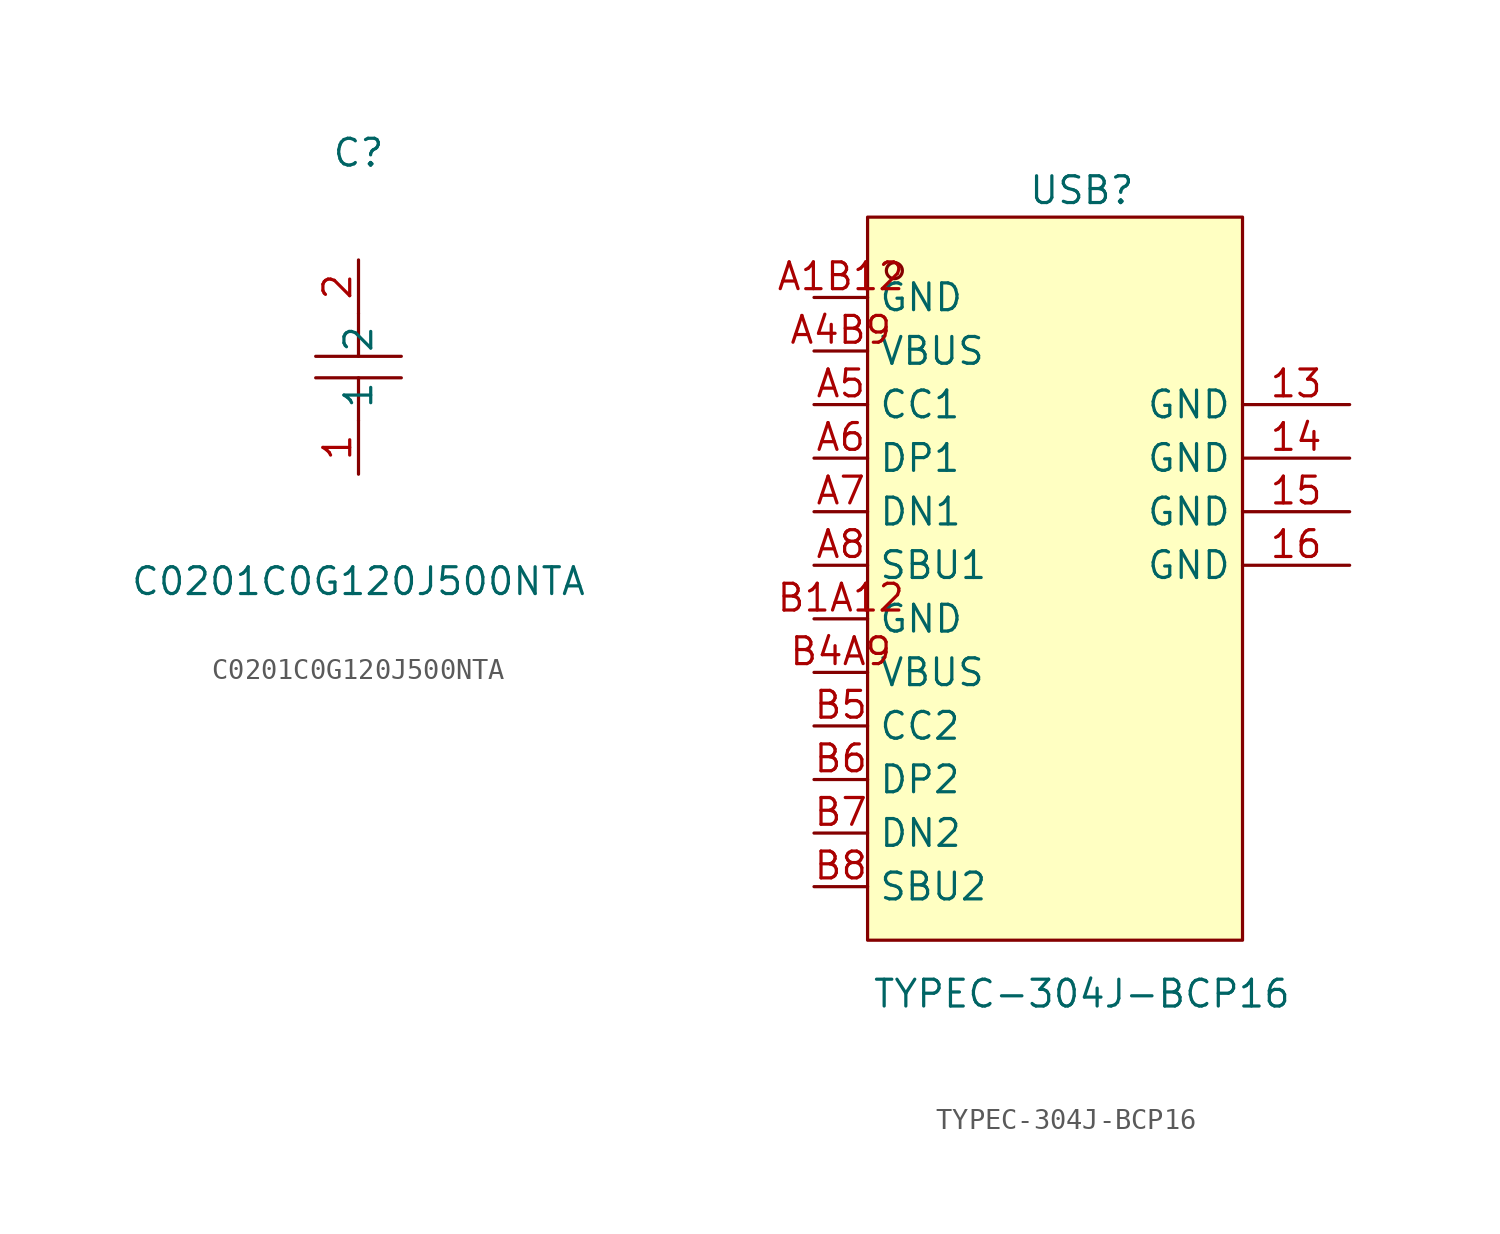
<source format=kicad_sym>
(kicad_symbol_lib
  (version 20220914)
  (generator kicad_symbol_editor)
  (symbol "C0201C0G120J500NTA"
    (property "Reference" "C"
      (at 0 10.16 0)
      (effects (font (size 1.27 1.27))))
    (property "Value" "C0201C0G120J500NTA"
      (at 0 -10.16 0)
      (effects (font (size 1.27 1.27))))
    (symbol "C0201C0G120J500NTA_0_1"
      (polyline (pts (xy -2.03 0.51) (xy 2.03 0.51)) (stroke (width 0) (type default)) (fill (type none)))
      (polyline (pts (xy 0 -0.51) (xy 0 -2.54)) (stroke (width 0) (type default)) (fill (type none)))
      (polyline (pts (xy 0 2.54) (xy 0 0.51)) (stroke (width 0) (type default)) (fill (type none)))
      (polyline (pts (xy 2.03 -0.51) (xy -2.03 -0.51)) (stroke (width 0) (type default)) (fill (type none)))
      (pin unspecified line (at 0 -5.08 90) (length 2.54) (name "1" (effects (font (size 1.27 1.27)))) (number "1" (effects (font (size 1.27 1.27)))))
      (pin unspecified line (at 0 5.08 270) (length 2.54) (name "2" (effects (font (size 1.27 1.27)))) (number "2" (effects (font (size 1.27 1.27)))))))
  (symbol "TYPEC-304J-BCP16"
    (property "Reference" "USB"
      (at 0 17.78 0)
      (effects (font (size 1.27 1.27))))
    (property "Value" "TYPEC-304J-BCP16"
      (at 0 -20.32 0)
      (effects (font (size 1.27 1.27))))
    (symbol "TYPEC-304J-BCP16_0_1"
      (rectangle (start -10.16 16.51) (end 7.62 -17.78) (stroke (width 0) (type default)) (fill (type background)))
      (circle (center -8.89 13.97) (radius 0.38) (stroke (width 0) (type default)) (fill (type none)))
      (pin unspecified line (at 12.7 7.62 180) (length 5.08) (name "GND" (effects (font (size 1.27 1.27)))) (number "13" (effects (font (size 1.27 1.27)))))
      (pin unspecified line (at 12.7 5.08 180) (length 5.08) (name "GND" (effects (font (size 1.27 1.27)))) (number "14" (effects (font (size 1.27 1.27)))))
      (pin unspecified line (at 12.7 2.54 180) (length 5.08) (name "GND" (effects (font (size 1.27 1.27)))) (number "15" (effects (font (size 1.27 1.27)))))
      (pin unspecified line (at 12.7 0 180) (length 5.08) (name "GND" (effects (font (size 1.27 1.27)))) (number "16" (effects (font (size 1.27 1.27)))))
      (pin unspecified line (at -12.7 12.7 0) (length 2.54) (name "GND" (effects (font (size 1.27 1.27)))) (number "A1B12" (effects (font (size 1.27 1.27)))))
      (pin unspecified line (at -12.7 10.16 0) (length 2.54) (name "VBUS" (effects (font (size 1.27 1.27)))) (number "A4B9" (effects (font (size 1.27 1.27)))))
      (pin unspecified line (at -12.7 7.62 0) (length 2.54) (name "CC1" (effects (font (size 1.27 1.27)))) (number "A5" (effects (font (size 1.27 1.27)))))
      (pin unspecified line (at -12.7 5.08 0) (length 2.54) (name "DP1" (effects (font (size 1.27 1.27)))) (number "A6" (effects (font (size 1.27 1.27)))))
      (pin unspecified line (at -12.7 2.54 0) (length 2.54) (name "DN1" (effects (font (size 1.27 1.27)))) (number "A7" (effects (font (size 1.27 1.27)))))
      (pin unspecified line (at -12.7 0 0) (length 2.54) (name "SBU1" (effects (font (size 1.27 1.27)))) (number "A8" (effects (font (size 1.27 1.27)))))
      (pin unspecified line (at -12.7 -2.54 0) (length 2.54) (name "GND" (effects (font (size 1.27 1.27)))) (number "B1A12" (effects (font (size 1.27 1.27)))))
      (pin unspecified line (at -12.7 -5.08 0) (length 2.54) (name "VBUS" (effects (font (size 1.27 1.27)))) (number "B4A9" (effects (font (size 1.27 1.27)))))
      (pin unspecified line (at -12.7 -7.62 0) (length 2.54) (name "CC2" (effects (font (size 1.27 1.27)))) (number "B5" (effects (font (size 1.27 1.27)))))
      (pin unspecified line (at -12.7 -10.16 0) (length 2.54) (name "DP2" (effects (font (size 1.27 1.27)))) (number "B6" (effects (font (size 1.27 1.27)))))
      (pin unspecified line (at -12.7 -12.7 0) (length 2.54) (name "DN2" (effects (font (size 1.27 1.27)))) (number "B7" (effects (font (size 1.27 1.27)))))
      (pin unspecified line (at -12.7 -15.24 0) (length 2.54) (name "SBU2" (effects (font (size 1.27 1.27)))) (number "B8" (effects (font (size 1.27 1.27))))))))
</source>
